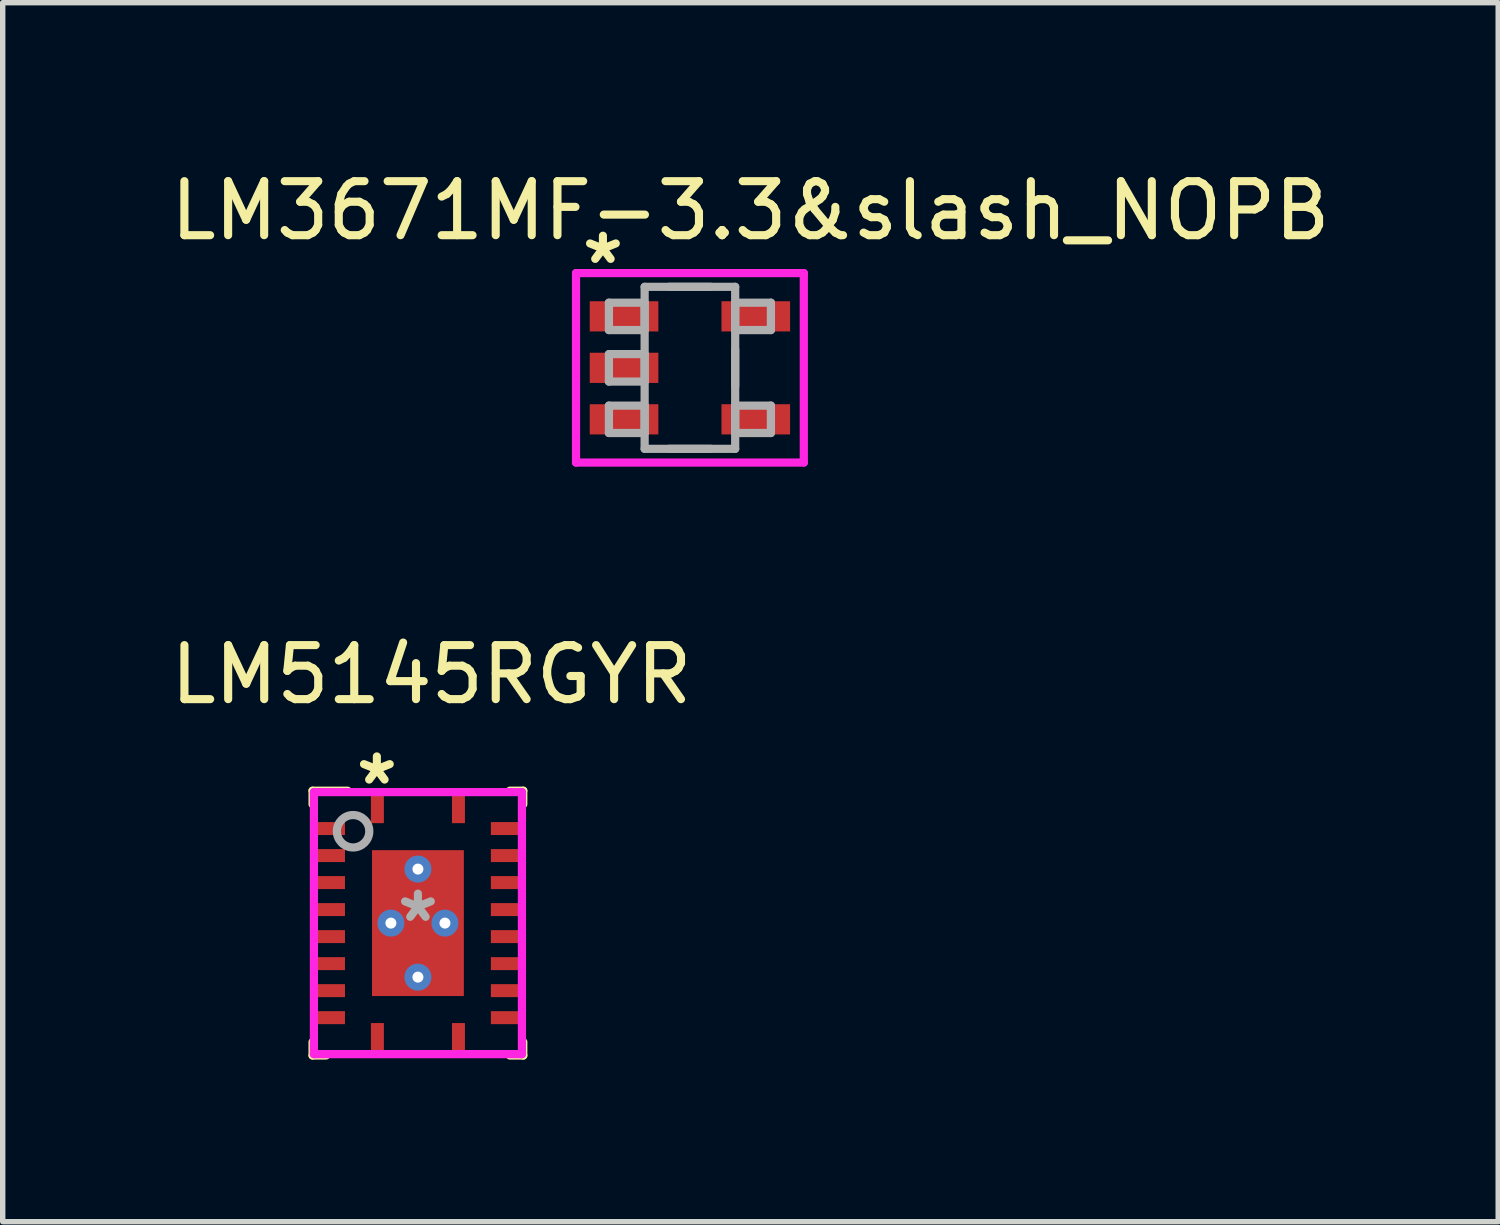
<source format=kicad_pcb>
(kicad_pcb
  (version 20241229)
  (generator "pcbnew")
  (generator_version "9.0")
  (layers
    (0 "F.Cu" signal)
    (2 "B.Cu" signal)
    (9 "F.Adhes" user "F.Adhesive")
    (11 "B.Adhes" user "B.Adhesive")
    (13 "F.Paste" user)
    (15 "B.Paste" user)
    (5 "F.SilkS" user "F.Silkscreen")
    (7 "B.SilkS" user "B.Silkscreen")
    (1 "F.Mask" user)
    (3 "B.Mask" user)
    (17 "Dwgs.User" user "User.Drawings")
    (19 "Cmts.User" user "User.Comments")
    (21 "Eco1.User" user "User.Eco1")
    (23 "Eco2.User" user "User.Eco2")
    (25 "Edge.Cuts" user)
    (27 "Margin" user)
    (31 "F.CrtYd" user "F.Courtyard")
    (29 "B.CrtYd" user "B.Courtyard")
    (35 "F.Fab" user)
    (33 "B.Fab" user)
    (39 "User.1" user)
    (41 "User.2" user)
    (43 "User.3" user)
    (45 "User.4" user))
  (footprint "LM3671MF-3.3&slash_NOPB"
    (layer "F.Cu")
    (at 9.719 3.758)
    (property "Reference" "LM3671MF-3.3&slash_NOPB" (at 1.12 -2.91 0) (layer "F.SilkS") (effects (font (size 1 1) (thickness 0.15))))
    (attr through_hole)
    (fp_line (start -2.108 -1.753) (end 2.108 -1.753) (stroke (width 0.152) (type solid)) (layer "F.CrtYd"))
    (fp_line (start -2.108 1.753) (end -2.108 -1.753) (stroke (width 0.152) (type solid)) (layer "F.CrtYd"))
    (fp_line (start 2.108 -1.753) (end 2.108 1.753) (stroke (width 0.152) (type solid)) (layer "F.CrtYd"))
    (fp_line (start 2.108 1.753) (end -2.108 1.753) (stroke (width 0.152) (type solid)) (layer "F.CrtYd"))
    (fp_line (start -1.499 -1.206) (end -1.499 -0.699) (stroke (width 0.152) (type solid)) (layer "F.Fab"))
    (fp_line (start -1.499 -0.699) (end -0.838 -0.699) (stroke (width 0.152) (type solid)) (layer "F.Fab"))
    (fp_line (start -1.499 -0.254) (end -1.499 0.254) (stroke (width 0.152) (type solid)) (layer "F.Fab"))
    (fp_line (start -1.499 0.254) (end -0.838 0.254) (stroke (width 0.152) (type solid)) (layer "F.Fab"))
    (fp_line (start -1.499 0.699) (end -1.499 1.206) (stroke (width 0.152) (type solid)) (layer "F.Fab"))
    (fp_line (start -1.499 1.206) (end -0.838 1.206) (stroke (width 0.152) (type solid)) (layer "F.Fab"))
    (fp_line (start -0.838 -1.499) (end -0.838 1.499) (stroke (width 0.152) (type solid)) (layer "F.Fab"))
    (fp_line (start -0.838 -1.206) (end -1.499 -1.206) (stroke (width 0.152) (type solid)) (layer "F.Fab"))
    (fp_line (start -0.838 -0.699) (end -0.838 -1.206) (stroke (width 0.152) (type solid)) (layer "F.Fab"))
    (fp_line (start -0.838 -0.254) (end -1.499 -0.254) (stroke (width 0.152) (type solid)) (layer "F.Fab"))
    (fp_line (start -0.838 0.254) (end -0.838 -0.254) (stroke (width 0.152) (type solid)) (layer "F.Fab"))
    (fp_line (start -0.838 0.699) (end -1.499 0.699) (stroke (width 0.152) (type solid)) (layer "F.Fab"))
    (fp_line (start -0.838 1.206) (end -0.838 0.699) (stroke (width 0.152) (type solid)) (layer "F.Fab"))
    (fp_line (start -0.838 1.499) (end 0.838 1.499) (stroke (width 0.152) (type solid)) (layer "F.Fab"))
    (fp_line (start -0.385 1.499) (end 0.385 1.499) (stroke (width 0.152) (type solid)) (layer "F.Fab"))
    (fp_line (start 0.385 -1.499) (end -0.385 -1.499) (stroke (width 0.152) (type solid)) (layer "F.Fab"))
    (fp_line (start 0.838 -1.499) (end -0.838 -1.499) (stroke (width 0.152) (type solid)) (layer "F.Fab"))
    (fp_line (start 0.838 -1.206) (end 0.838 -0.699) (stroke (width 0.152) (type solid)) (layer "F.Fab"))
    (fp_line (start 0.838 -0.699) (end 1.499 -0.699) (stroke (width 0.152) (type solid)) (layer "F.Fab"))
    (fp_line (start 0.838 0.34) (end 0.838 -0.34) (stroke (width 0.152) (type solid)) (layer "F.Fab"))
    (fp_line (start 0.838 0.699) (end 0.838 1.206) (stroke (width 0.152) (type solid)) (layer "F.Fab"))
    (fp_line (start 0.838 1.206) (end 1.499 1.206) (stroke (width 0.152) (type solid)) (layer "F.Fab"))
    (fp_line (start 0.838 1.499) (end 0.838 -1.499) (stroke (width 0.152) (type solid)) (layer "F.Fab"))
    (fp_line (start 1.499 -1.206) (end 0.838 -1.206) (stroke (width 0.152) (type solid)) (layer "F.Fab"))
    (fp_line (start 1.499 -0.699) (end 1.499 -1.206) (stroke (width 0.152) (type solid)) (layer "F.Fab"))
    (fp_line (start 1.499 0.699) (end 0.838 0.699) (stroke (width 0.152) (type solid)) (layer "F.Fab"))
    (fp_line (start 1.499 1.206) (end 1.499 0.699) (stroke (width 0.152) (type solid)) (layer "F.Fab"))
    (fp_text user "*" (at -1.61 -1.9 0) (layer "F.SilkS") (effects (font (size 1 1) (thickness 0.15))))
    (pad "1" smd rect (at -1.219 -0.953) (size 1.27 0.559) (layers "F.Cu" "F.Mask" "F.Paste"))
    (pad "2" smd rect (at -1.219 0) (size 1.27 0.559) (layers "F.Cu" "F.Mask" "F.Paste"))
    (pad "3" smd rect (at -1.219 0.953) (size 1.27 0.559) (layers "F.Cu" "F.Mask" "F.Paste"))
    (pad "4" smd rect (at 1.219 0.953) (size 1.27 0.559) (layers "F.Cu" "F.Mask" "F.Paste"))
    (pad "5" smd rect (at 1.219 -0.953) (size 1.27 0.559) (layers "F.Cu" "F.Mask" "F.Paste")))
  (footprint "LM5145RGYR"
    (layer "F.Cu")
    (at 4.685 14.035)
    (property "Reference" "LM5145RGYR" (at 0.25 -4.6 0) (layer "F.SilkS") (effects (font (size 1 1) (thickness 0.15))))
    (attr through_hole)
    (fp_line (start -1.95 -2.45) (end -1.3 -2.45) (stroke (width 0.152) (type solid)) (layer "F.SilkS"))
    (fp_line (start -1.95 -2.2) (end -1.95 -2.45) (stroke (width 0.152) (type solid)) (layer "F.SilkS"))
    (fp_line (start -1.95 2.45) (end -1.95 2.2) (stroke (width 0.152) (type solid)) (layer "F.SilkS"))
    (fp_line (start -1.95 2.45) (end -1.7 2.45) (stroke (width 0.152) (type solid)) (layer "F.SilkS"))
    (fp_line (start 1.7 -2.45) (end 1.95 -2.45) (stroke (width 0.152) (type solid)) (layer "F.SilkS"))
    (fp_line (start 1.7 2.45) (end 1.95 2.45) (stroke (width 0.152) (type solid)) (layer "F.SilkS"))
    (fp_line (start 1.95 -2.2) (end 1.95 -2.45) (stroke (width 0.152) (type solid)) (layer "F.SilkS"))
    (fp_line (start 1.95 2.45) (end 1.95 2.2) (stroke (width 0.152) (type solid)) (layer "F.SilkS"))
    (fp_line (start -0.774 -1.288) (end -0.774 -0.1) (stroke (width 0.152) (type solid)) (layer "F.Paste"))
    (fp_line (start -0.774 -0.1) (end 0.774 -0.1) (stroke (width 0.152) (type solid)) (layer "F.Paste"))
    (fp_line (start -0.774 0.1) (end -0.774 1.288) (stroke (width 0.152) (type solid)) (layer "F.Paste"))
    (fp_line (start -0.774 1.288) (end 0.774 1.288) (stroke (width 0.152) (type solid)) (layer "F.Paste"))
    (fp_line (start 0.774 -1.288) (end -0.774 -1.288) (stroke (width 0.152) (type solid)) (layer "F.Paste"))
    (fp_line (start 0.774 -0.1) (end 0.774 -1.288) (stroke (width 0.152) (type solid)) (layer "F.Paste"))
    (fp_line (start 0.774 0.1) (end -0.774 0.1) (stroke (width 0.152) (type solid)) (layer "F.Paste"))
    (fp_line (start 0.774 1.288) (end 0.774 0.1) (stroke (width 0.152) (type solid)) (layer "F.Paste"))
    (fp_line (start -1.925 -2.425) (end 1.925 -2.425) (stroke (width 0.152) (type solid)) (layer "F.CrtYd"))
    (fp_line (start -1.925 2.425) (end -1.925 -2.425) (stroke (width 0.152) (type solid)) (layer "F.CrtYd"))
    (fp_line (start -1.925 2.425) (end 1.925 2.425) (stroke (width 0.152) (type solid)) (layer "F.CrtYd"))
    (fp_line (start 1.925 2.425) (end 1.925 -2.425) (stroke (width 0.152) (type solid)) (layer "F.CrtYd"))
    (fp_circle (center -1.2 -1.7) (end -0.9 -1.7) (stroke (width 0.152) (type solid)) (fill no) (layer "F.Fab"))
    (fp_text user "*" (at -0.76 -2.54 0) (layer "F.SilkS") (effects (font (size 1 1) (thickness 0.15))))
    (fp_text user "*" (at 0 0 0) (layer "F.Fab") (effects (font (size 1 1) (thickness 0.15))))
    (pad "1" smd rect (at -0.75 -2.15) (size 0.24 0.6) (layers "F.Cu" "F.Mask" "F.Paste"))
    (pad "2" smd rect (at -1.65 -1.75 90) (size 0.24 0.6) (layers "F.Cu" "F.Mask" "F.Paste"))
    (pad "3" smd rect (at -1.65 -1.25 90) (size 0.24 0.6) (layers "F.Cu" "F.Mask" "F.Paste"))
    (pad "4" smd rect (at -1.65 -0.75 90) (size 0.24 0.6) (layers "F.Cu" "F.Mask" "F.Paste"))
    (pad "5" smd rect (at -1.65 -0.25 90) (size 0.24 0.6) (layers "F.Cu" "F.Mask" "F.Paste"))
    (pad "6" smd rect (at -1.65 0.25 90) (size 0.24 0.6) (layers "F.Cu" "F.Mask" "F.Paste"))
    (pad "7" smd rect (at -1.65 0.75 90) (size 0.24 0.6) (layers "F.Cu" "F.Mask" "F.Paste"))
    (pad "8" smd rect (at -1.65 1.25 90) (size 0.24 0.6) (layers "F.Cu" "F.Mask" "F.Paste"))
    (pad "9" smd rect (at -1.65 1.75 90) (size 0.24 0.6) (layers "F.Cu" "F.Mask" "F.Paste"))
    (pad "10" smd rect (at -0.75 2.15) (size 0.24 0.6) (layers "F.Cu" "F.Mask" "F.Paste"))
    (pad "11" smd rect (at 0.75 2.15) (size 0.24 0.6) (layers "F.Cu" "F.Mask" "F.Paste"))
    (pad "12" smd rect (at 1.65 1.75 90) (size 0.24 0.6) (layers "F.Cu" "F.Mask" "F.Paste"))
    (pad "13" smd rect (at 1.65 1.25 90) (size 0.24 0.6) (layers "F.Cu" "F.Mask" "F.Paste"))
    (pad "14" smd rect (at 1.65 0.75 90) (size 0.24 0.6) (layers "F.Cu" "F.Mask" "F.Paste"))
    (pad "15" smd rect (at 1.65 0.25 90) (size 0.24 0.6) (layers "F.Cu" "F.Mask" "F.Paste"))
    (pad "16" smd rect (at 1.65 -0.25 90) (size 0.24 0.6) (layers "F.Cu" "F.Mask" "F.Paste"))
    (pad "17" smd rect (at 1.65 -0.75 90) (size 0.24 0.6) (layers "F.Cu" "F.Mask" "F.Paste"))
    (pad "18" smd rect (at 1.65 -1.25 90) (size 0.24 0.6) (layers "F.Cu" "F.Mask" "F.Paste"))
    (pad "19" smd rect (at 1.65 -1.75 90) (size 0.24 0.6) (layers "F.Cu" "F.Mask" "F.Paste"))
    (pad "20" smd rect (at 0.75 -2.15) (size 0.24 0.6) (layers "F.Cu" "F.Mask" "F.Paste"))
    (pad "21" thru_hole circle (at -0.5 0) (size 0.5 0.5) (drill 0.203) (layers "*.Cu" "*.Mask"))
    (pad "21" thru_hole circle (at 0 -1) (size 0.5 0.5) (drill 0.203) (layers "*.Cu" "*.Mask"))
    (pad "21" smd rect (at 0 0) (size 1.7 2.7) (layers "F.Cu" "F.Mask" "F.Paste"))
    (pad "21" thru_hole circle (at 0 1) (size 0.5 0.5) (drill 0.203) (layers "*.Cu" "*.Mask"))
    (pad "21" thru_hole circle (at 0.5 0) (size 0.5 0.5) (drill 0.203) (layers "*.Cu" "*.Mask")))
  (gr_rect
    (start -3 -3)
    (end 24.679 19.561)
    (stroke (width 0.1) (type default))
    (fill no)
    (layer "Edge.Cuts")))
</source>
